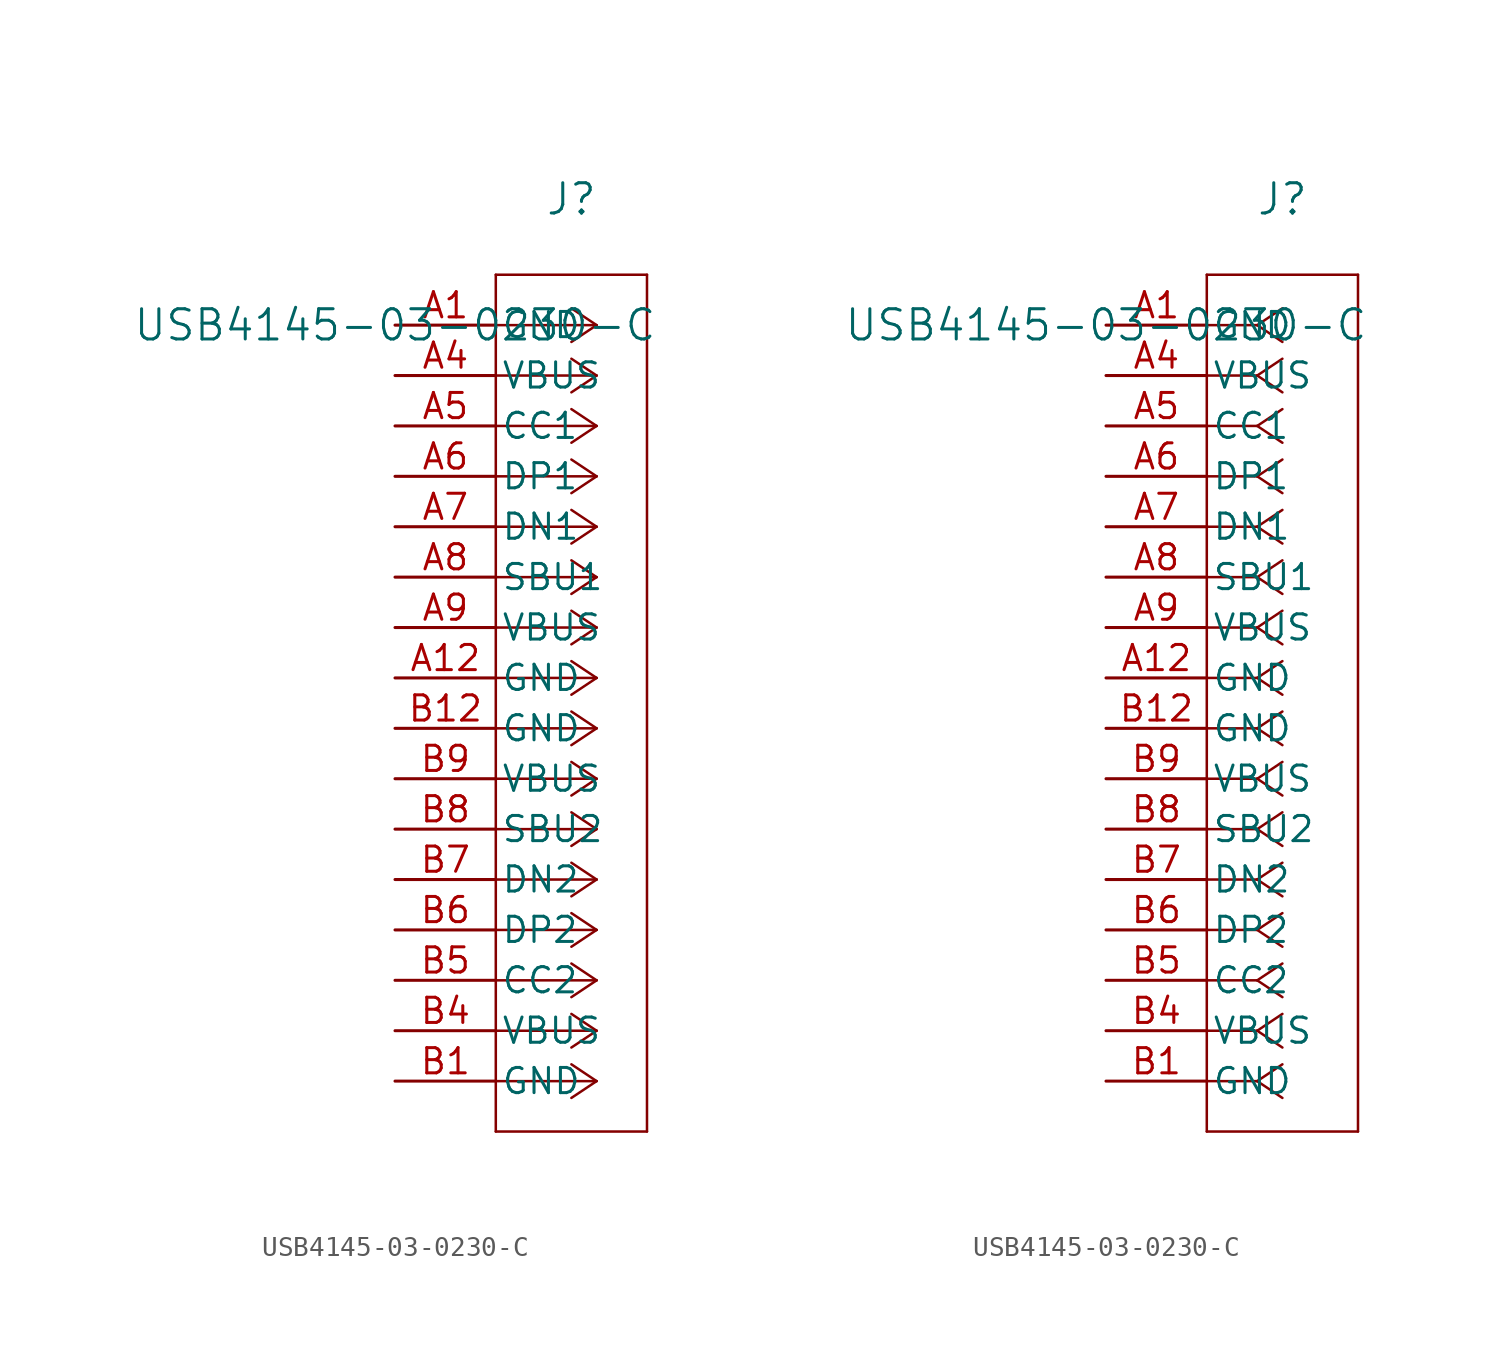
<source format=kicad_sym>
(kicad_symbol_lib
  (version 20211014)
  (generator kicad_symbol_editor)
  (symbol "USB4145-03-0230-C"
    (pin_names
      (offset 0.254))
    (property "Reference" "J"
      (at 8.89 6.35 0)
      (effects (font (size 1.524 1.524))))
    (property "Value" "USB4145-03-0230-C"
      (at 0 0 0)
      (effects (font (size 1.524 1.524))))
    (symbol "USB4145-03-0230-C_1_1"
      (polyline (pts (xy 10.16 0) (xy 5.08 0)) (stroke (width 0.127) (type default) (color 0 0 0 0)) (fill (type none)))
      (polyline (pts (xy 10.16 -2.54) (xy 5.08 -2.54)) (stroke (width 0.127) (type default) (color 0 0 0 0)) (fill (type none)))
      (polyline (pts (xy 10.16 -5.08) (xy 5.08 -5.08)) (stroke (width 0.127) (type default) (color 0 0 0 0)) (fill (type none)))
      (polyline (pts (xy 10.16 -7.62) (xy 5.08 -7.62)) (stroke (width 0.127) (type default) (color 0 0 0 0)) (fill (type none)))
      (polyline (pts (xy 10.16 -10.16) (xy 5.08 -10.16)) (stroke (width 0.127) (type default) (color 0 0 0 0)) (fill (type none)))
      (polyline (pts (xy 10.16 -12.7) (xy 5.08 -12.7)) (stroke (width 0.127) (type default) (color 0 0 0 0)) (fill (type none)))
      (polyline (pts (xy 10.16 -15.24) (xy 5.08 -15.24)) (stroke (width 0.127) (type default) (color 0 0 0 0)) (fill (type none)))
      (polyline (pts (xy 10.16 -17.78) (xy 5.08 -17.78)) (stroke (width 0.127) (type default) (color 0 0 0 0)) (fill (type none)))
      (polyline (pts (xy 10.16 -20.32) (xy 5.08 -20.32)) (stroke (width 0.127) (type default) (color 0 0 0 0)) (fill (type none)))
      (polyline (pts (xy 10.16 -22.86) (xy 5.08 -22.86)) (stroke (width 0.127) (type default) (color 0 0 0 0)) (fill (type none)))
      (polyline (pts (xy 10.16 -25.4) (xy 5.08 -25.4)) (stroke (width 0.127) (type default) (color 0 0 0 0)) (fill (type none)))
      (polyline (pts (xy 10.16 -27.94) (xy 5.08 -27.94)) (stroke (width 0.127) (type default) (color 0 0 0 0)) (fill (type none)))
      (polyline (pts (xy 10.16 -30.48) (xy 5.08 -30.48)) (stroke (width 0.127) (type default) (color 0 0 0 0)) (fill (type none)))
      (polyline (pts (xy 10.16 -33.02) (xy 5.08 -33.02)) (stroke (width 0.127) (type default) (color 0 0 0 0)) (fill (type none)))
      (polyline (pts (xy 10.16 -35.56) (xy 5.08 -35.56)) (stroke (width 0.127) (type default) (color 0 0 0 0)) (fill (type none)))
      (polyline (pts (xy 10.16 -38.1) (xy 5.08 -38.1)) (stroke (width 0.127) (type default) (color 0 0 0 0)) (fill (type none)))
      (polyline (pts (xy 10.16 0) (xy 8.89 0.847)) (stroke (width 0.127) (type default) (color 0 0 0 0)) (fill (type none)))
      (polyline (pts (xy 10.16 -2.54) (xy 8.89 -1.693)) (stroke (width 0.127) (type default) (color 0 0 0 0)) (fill (type none)))
      (polyline (pts (xy 10.16 -5.08) (xy 8.89 -4.233)) (stroke (width 0.127) (type default) (color 0 0 0 0)) (fill (type none)))
      (polyline (pts (xy 10.16 -7.62) (xy 8.89 -6.773)) (stroke (width 0.127) (type default) (color 0 0 0 0)) (fill (type none)))
      (polyline (pts (xy 10.16 -10.16) (xy 8.89 -9.313)) (stroke (width 0.127) (type default) (color 0 0 0 0)) (fill (type none)))
      (polyline (pts (xy 10.16 -12.7) (xy 8.89 -11.853)) (stroke (width 0.127) (type default) (color 0 0 0 0)) (fill (type none)))
      (polyline (pts (xy 10.16 -15.24) (xy 8.89 -14.393)) (stroke (width 0.127) (type default) (color 0 0 0 0)) (fill (type none)))
      (polyline (pts (xy 10.16 -17.78) (xy 8.89 -16.933)) (stroke (width 0.127) (type default) (color 0 0 0 0)) (fill (type none)))
      (polyline (pts (xy 10.16 -20.32) (xy 8.89 -19.473)) (stroke (width 0.127) (type default) (color 0 0 0 0)) (fill (type none)))
      (polyline (pts (xy 10.16 -22.86) (xy 8.89 -22.013)) (stroke (width 0.127) (type default) (color 0 0 0 0)) (fill (type none)))
      (polyline (pts (xy 10.16 -25.4) (xy 8.89 -24.553)) (stroke (width 0.127) (type default) (color 0 0 0 0)) (fill (type none)))
      (polyline (pts (xy 10.16 -27.94) (xy 8.89 -27.093)) (stroke (width 0.127) (type default) (color 0 0 0 0)) (fill (type none)))
      (polyline (pts (xy 10.16 -30.48) (xy 8.89 -29.633)) (stroke (width 0.127) (type default) (color 0 0 0 0)) (fill (type none)))
      (polyline (pts (xy 10.16 -33.02) (xy 8.89 -32.173)) (stroke (width 0.127) (type default) (color 0 0 0 0)) (fill (type none)))
      (polyline (pts (xy 10.16 -35.56) (xy 8.89 -34.713)) (stroke (width 0.127) (type default) (color 0 0 0 0)) (fill (type none)))
      (polyline (pts (xy 10.16 -38.1) (xy 8.89 -37.253)) (stroke (width 0.127) (type default) (color 0 0 0 0)) (fill (type none)))
      (polyline (pts (xy 10.16 0) (xy 8.89 -0.847)) (stroke (width 0.127) (type default) (color 0 0 0 0)) (fill (type none)))
      (polyline (pts (xy 10.16 -2.54) (xy 8.89 -3.387)) (stroke (width 0.127) (type default) (color 0 0 0 0)) (fill (type none)))
      (polyline (pts (xy 10.16 -5.08) (xy 8.89 -5.927)) (stroke (width 0.127) (type default) (color 0 0 0 0)) (fill (type none)))
      (polyline (pts (xy 10.16 -7.62) (xy 8.89 -8.467)) (stroke (width 0.127) (type default) (color 0 0 0 0)) (fill (type none)))
      (polyline (pts (xy 10.16 -10.16) (xy 8.89 -11.007)) (stroke (width 0.127) (type default) (color 0 0 0 0)) (fill (type none)))
      (polyline (pts (xy 10.16 -12.7) (xy 8.89 -13.547)) (stroke (width 0.127) (type default) (color 0 0 0 0)) (fill (type none)))
      (polyline (pts (xy 10.16 -15.24) (xy 8.89 -16.087)) (stroke (width 0.127) (type default) (color 0 0 0 0)) (fill (type none)))
      (polyline (pts (xy 10.16 -17.78) (xy 8.89 -18.627)) (stroke (width 0.127) (type default) (color 0 0 0 0)) (fill (type none)))
      (polyline (pts (xy 10.16 -20.32) (xy 8.89 -21.167)) (stroke (width 0.127) (type default) (color 0 0 0 0)) (fill (type none)))
      (polyline (pts (xy 10.16 -22.86) (xy 8.89 -23.707)) (stroke (width 0.127) (type default) (color 0 0 0 0)) (fill (type none)))
      (polyline (pts (xy 10.16 -25.4) (xy 8.89 -26.247)) (stroke (width 0.127) (type default) (color 0 0 0 0)) (fill (type none)))
      (polyline (pts (xy 10.16 -27.94) (xy 8.89 -28.787)) (stroke (width 0.127) (type default) (color 0 0 0 0)) (fill (type none)))
      (polyline (pts (xy 10.16 -30.48) (xy 8.89 -31.327)) (stroke (width 0.127) (type default) (color 0 0 0 0)) (fill (type none)))
      (polyline (pts (xy 10.16 -33.02) (xy 8.89 -33.867)) (stroke (width 0.127) (type default) (color 0 0 0 0)) (fill (type none)))
      (polyline (pts (xy 10.16 -35.56) (xy 8.89 -36.407)) (stroke (width 0.127) (type default) (color 0 0 0 0)) (fill (type none)))
      (polyline (pts (xy 10.16 -38.1) (xy 8.89 -38.947)) (stroke (width 0.127) (type default) (color 0 0 0 0)) (fill (type none)))
      (polyline (pts (xy 5.08 2.54) (xy 5.08 -40.64)) (stroke (width 0.127) (type default) (color 0 0 0 0)) (fill (type none)))
      (polyline (pts (xy 5.08 -40.64) (xy 12.7 -40.64)) (stroke (width 0.127) (type default) (color 0 0 0 0)) (fill (type none)))
      (polyline (pts (xy 12.7 -40.64) (xy 12.7 2.54)) (stroke (width 0.127) (type default) (color 0 0 0 0)) (fill (type none)))
      (polyline (pts (xy 12.7 2.54) (xy 5.08 2.54)) (stroke (width 0.127) (type default) (color 0 0 0 0)) (fill (type none)))
      (pin power_out line (at 0 0 0) (length 5.08) (name "GND" (effects (font (size 1.27 1.27)))) (number "A1" (effects (font (size 1.27 1.27)))))
      (pin unspecified line (at 0 -2.54 0) (length 5.08) (name "VBUS" (effects (font (size 1.27 1.27)))) (number "A4" (effects (font (size 1.27 1.27)))))
      (pin bidirectional line (at 0 -5.08 0) (length 5.08) (name "CC1" (effects (font (size 1.27 1.27)))) (number "A5" (effects (font (size 1.27 1.27)))))
      (pin bidirectional line (at 0 -7.62 0) (length 5.08) (name "DP1" (effects (font (size 1.27 1.27)))) (number "A6" (effects (font (size 1.27 1.27)))))
      (pin bidirectional line (at 0 -10.16 0) (length 5.08) (name "DN1" (effects (font (size 1.27 1.27)))) (number "A7" (effects (font (size 1.27 1.27)))))
      (pin bidirectional line (at 0 -12.7 0) (length 5.08) (name "SBU1" (effects (font (size 1.27 1.27)))) (number "A8" (effects (font (size 1.27 1.27)))))
      (pin unspecified line (at 0 -15.24 0) (length 5.08) (name "VBUS" (effects (font (size 1.27 1.27)))) (number "A9" (effects (font (size 1.27 1.27)))))
      (pin power_out line (at 0 -17.78 0) (length 5.08) (name "GND" (effects (font (size 1.27 1.27)))) (number "A12" (effects (font (size 1.27 1.27)))))
      (pin power_out line (at 0 -38.1 0) (length 5.08) (name "GND" (effects (font (size 1.27 1.27)))) (number "B1" (effects (font (size 1.27 1.27)))))
      (pin unspecified line (at 0 -35.56 0) (length 5.08) (name "VBUS" (effects (font (size 1.27 1.27)))) (number "B4" (effects (font (size 1.27 1.27)))))
      (pin bidirectional line (at 0 -33.02 0) (length 5.08) (name "CC2" (effects (font (size 1.27 1.27)))) (number "B5" (effects (font (size 1.27 1.27)))))
      (pin bidirectional line (at 0 -30.48 0) (length 5.08) (name "DP2" (effects (font (size 1.27 1.27)))) (number "B6" (effects (font (size 1.27 1.27)))))
      (pin bidirectional line (at 0 -27.94 0) (length 5.08) (name "DN2" (effects (font (size 1.27 1.27)))) (number "B7" (effects (font (size 1.27 1.27)))))
      (pin bidirectional line (at 0 -25.4 0) (length 5.08) (name "SBU2" (effects (font (size 1.27 1.27)))) (number "B8" (effects (font (size 1.27 1.27)))))
      (pin unspecified line (at 0 -22.86 0) (length 5.08) (name "VBUS" (effects (font (size 1.27 1.27)))) (number "B9" (effects (font (size 1.27 1.27)))))
      (pin power_out line (at 0 -20.32 0) (length 5.08) (name "GND" (effects (font (size 1.27 1.27)))) (number "B12" (effects (font (size 1.27 1.27))))))
    (symbol "USB4145-03-0230-C_1_2"
      (polyline (pts (xy 7.62 0) (xy 5.08 0)) (stroke (width 0.127) (type default) (color 0 0 0 0)) (fill (type none)))
      (polyline (pts (xy 7.62 -2.54) (xy 5.08 -2.54)) (stroke (width 0.127) (type default) (color 0 0 0 0)) (fill (type none)))
      (polyline (pts (xy 7.62 -5.08) (xy 5.08 -5.08)) (stroke (width 0.127) (type default) (color 0 0 0 0)) (fill (type none)))
      (polyline (pts (xy 7.62 -7.62) (xy 5.08 -7.62)) (stroke (width 0.127) (type default) (color 0 0 0 0)) (fill (type none)))
      (polyline (pts (xy 7.62 -10.16) (xy 5.08 -10.16)) (stroke (width 0.127) (type default) (color 0 0 0 0)) (fill (type none)))
      (polyline (pts (xy 7.62 -12.7) (xy 5.08 -12.7)) (stroke (width 0.127) (type default) (color 0 0 0 0)) (fill (type none)))
      (polyline (pts (xy 7.62 -15.24) (xy 5.08 -15.24)) (stroke (width 0.127) (type default) (color 0 0 0 0)) (fill (type none)))
      (polyline (pts (xy 7.62 -17.78) (xy 5.08 -17.78)) (stroke (width 0.127) (type default) (color 0 0 0 0)) (fill (type none)))
      (polyline (pts (xy 7.62 -20.32) (xy 5.08 -20.32)) (stroke (width 0.127) (type default) (color 0 0 0 0)) (fill (type none)))
      (polyline (pts (xy 7.62 -22.86) (xy 5.08 -22.86)) (stroke (width 0.127) (type default) (color 0 0 0 0)) (fill (type none)))
      (polyline (pts (xy 7.62 -25.4) (xy 5.08 -25.4)) (stroke (width 0.127) (type default) (color 0 0 0 0)) (fill (type none)))
      (polyline (pts (xy 7.62 -27.94) (xy 5.08 -27.94)) (stroke (width 0.127) (type default) (color 0 0 0 0)) (fill (type none)))
      (polyline (pts (xy 7.62 -30.48) (xy 5.08 -30.48)) (stroke (width 0.127) (type default) (color 0 0 0 0)) (fill (type none)))
      (polyline (pts (xy 7.62 -33.02) (xy 5.08 -33.02)) (stroke (width 0.127) (type default) (color 0 0 0 0)) (fill (type none)))
      (polyline (pts (xy 7.62 -35.56) (xy 5.08 -35.56)) (stroke (width 0.127) (type default) (color 0 0 0 0)) (fill (type none)))
      (polyline (pts (xy 7.62 -38.1) (xy 5.08 -38.1)) (stroke (width 0.127) (type default) (color 0 0 0 0)) (fill (type none)))
      (polyline (pts (xy 7.62 0) (xy 8.89 0.847)) (stroke (width 0.127) (type default) (color 0 0 0 0)) (fill (type none)))
      (polyline (pts (xy 7.62 -2.54) (xy 8.89 -1.693)) (stroke (width 0.127) (type default) (color 0 0 0 0)) (fill (type none)))
      (polyline (pts (xy 7.62 -5.08) (xy 8.89 -4.233)) (stroke (width 0.127) (type default) (color 0 0 0 0)) (fill (type none)))
      (polyline (pts (xy 7.62 -7.62) (xy 8.89 -6.773)) (stroke (width 0.127) (type default) (color 0 0 0 0)) (fill (type none)))
      (polyline (pts (xy 7.62 -10.16) (xy 8.89 -9.313)) (stroke (width 0.127) (type default) (color 0 0 0 0)) (fill (type none)))
      (polyline (pts (xy 7.62 -12.7) (xy 8.89 -11.853)) (stroke (width 0.127) (type default) (color 0 0 0 0)) (fill (type none)))
      (polyline (pts (xy 7.62 -15.24) (xy 8.89 -14.393)) (stroke (width 0.127) (type default) (color 0 0 0 0)) (fill (type none)))
      (polyline (pts (xy 7.62 -17.78) (xy 8.89 -16.933)) (stroke (width 0.127) (type default) (color 0 0 0 0)) (fill (type none)))
      (polyline (pts (xy 7.62 -20.32) (xy 8.89 -19.473)) (stroke (width 0.127) (type default) (color 0 0 0 0)) (fill (type none)))
      (polyline (pts (xy 7.62 -22.86) (xy 8.89 -22.013)) (stroke (width 0.127) (type default) (color 0 0 0 0)) (fill (type none)))
      (polyline (pts (xy 7.62 -25.4) (xy 8.89 -24.553)) (stroke (width 0.127) (type default) (color 0 0 0 0)) (fill (type none)))
      (polyline (pts (xy 7.62 -27.94) (xy 8.89 -27.093)) (stroke (width 0.127) (type default) (color 0 0 0 0)) (fill (type none)))
      (polyline (pts (xy 7.62 -30.48) (xy 8.89 -29.633)) (stroke (width 0.127) (type default) (color 0 0 0 0)) (fill (type none)))
      (polyline (pts (xy 7.62 -33.02) (xy 8.89 -32.173)) (stroke (width 0.127) (type default) (color 0 0 0 0)) (fill (type none)))
      (polyline (pts (xy 7.62 -35.56) (xy 8.89 -34.713)) (stroke (width 0.127) (type default) (color 0 0 0 0)) (fill (type none)))
      (polyline (pts (xy 7.62 -38.1) (xy 8.89 -37.253)) (stroke (width 0.127) (type default) (color 0 0 0 0)) (fill (type none)))
      (polyline (pts (xy 7.62 0) (xy 8.89 -0.847)) (stroke (width 0.127) (type default) (color 0 0 0 0)) (fill (type none)))
      (polyline (pts (xy 7.62 -2.54) (xy 8.89 -3.387)) (stroke (width 0.127) (type default) (color 0 0 0 0)) (fill (type none)))
      (polyline (pts (xy 7.62 -5.08) (xy 8.89 -5.927)) (stroke (width 0.127) (type default) (color 0 0 0 0)) (fill (type none)))
      (polyline (pts (xy 7.62 -7.62) (xy 8.89 -8.467)) (stroke (width 0.127) (type default) (color 0 0 0 0)) (fill (type none)))
      (polyline (pts (xy 7.62 -10.16) (xy 8.89 -11.007)) (stroke (width 0.127) (type default) (color 0 0 0 0)) (fill (type none)))
      (polyline (pts (xy 7.62 -12.7) (xy 8.89 -13.547)) (stroke (width 0.127) (type default) (color 0 0 0 0)) (fill (type none)))
      (polyline (pts (xy 7.62 -15.24) (xy 8.89 -16.087)) (stroke (width 0.127) (type default) (color 0 0 0 0)) (fill (type none)))
      (polyline (pts (xy 7.62 -17.78) (xy 8.89 -18.627)) (stroke (width 0.127) (type default) (color 0 0 0 0)) (fill (type none)))
      (polyline (pts (xy 7.62 -20.32) (xy 8.89 -21.167)) (stroke (width 0.127) (type default) (color 0 0 0 0)) (fill (type none)))
      (polyline (pts (xy 7.62 -22.86) (xy 8.89 -23.707)) (stroke (width 0.127) (type default) (color 0 0 0 0)) (fill (type none)))
      (polyline (pts (xy 7.62 -25.4) (xy 8.89 -26.247)) (stroke (width 0.127) (type default) (color 0 0 0 0)) (fill (type none)))
      (polyline (pts (xy 7.62 -27.94) (xy 8.89 -28.787)) (stroke (width 0.127) (type default) (color 0 0 0 0)) (fill (type none)))
      (polyline (pts (xy 7.62 -30.48) (xy 8.89 -31.327)) (stroke (width 0.127) (type default) (color 0 0 0 0)) (fill (type none)))
      (polyline (pts (xy 7.62 -33.02) (xy 8.89 -33.867)) (stroke (width 0.127) (type default) (color 0 0 0 0)) (fill (type none)))
      (polyline (pts (xy 7.62 -35.56) (xy 8.89 -36.407)) (stroke (width 0.127) (type default) (color 0 0 0 0)) (fill (type none)))
      (polyline (pts (xy 7.62 -38.1) (xy 8.89 -38.947)) (stroke (width 0.127) (type default) (color 0 0 0 0)) (fill (type none)))
      (polyline (pts (xy 5.08 2.54) (xy 5.08 -40.64)) (stroke (width 0.127) (type default) (color 0 0 0 0)) (fill (type none)))
      (polyline (pts (xy 5.08 -40.64) (xy 12.7 -40.64)) (stroke (width 0.127) (type default) (color 0 0 0 0)) (fill (type none)))
      (polyline (pts (xy 12.7 -40.64) (xy 12.7 2.54)) (stroke (width 0.127) (type default) (color 0 0 0 0)) (fill (type none)))
      (polyline (pts (xy 12.7 2.54) (xy 5.08 2.54)) (stroke (width 0.127) (type default) (color 0 0 0 0)) (fill (type none)))
      (pin power_out line (at 0 0 0) (length 5.08) (name "GND" (effects (font (size 1.27 1.27)))) (number "A1" (effects (font (size 1.27 1.27)))))
      (pin unspecified line (at 0 -2.54 0) (length 5.08) (name "VBUS" (effects (font (size 1.27 1.27)))) (number "A4" (effects (font (size 1.27 1.27)))))
      (pin bidirectional line (at 0 -5.08 0) (length 5.08) (name "CC1" (effects (font (size 1.27 1.27)))) (number "A5" (effects (font (size 1.27 1.27)))))
      (pin bidirectional line (at 0 -7.62 0) (length 5.08) (name "DP1" (effects (font (size 1.27 1.27)))) (number "A6" (effects (font (size 1.27 1.27)))))
      (pin bidirectional line (at 0 -10.16 0) (length 5.08) (name "DN1" (effects (font (size 1.27 1.27)))) (number "A7" (effects (font (size 1.27 1.27)))))
      (pin bidirectional line (at 0 -12.7 0) (length 5.08) (name "SBU1" (effects (font (size 1.27 1.27)))) (number "A8" (effects (font (size 1.27 1.27)))))
      (pin unspecified line (at 0 -15.24 0) (length 5.08) (name "VBUS" (effects (font (size 1.27 1.27)))) (number "A9" (effects (font (size 1.27 1.27)))))
      (pin power_out line (at 0 -17.78 0) (length 5.08) (name "GND" (effects (font (size 1.27 1.27)))) (number "A12" (effects (font (size 1.27 1.27)))))
      (pin power_out line (at 0 -38.1 0) (length 5.08) (name "GND" (effects (font (size 1.27 1.27)))) (number "B1" (effects (font (size 1.27 1.27)))))
      (pin unspecified line (at 0 -35.56 0) (length 5.08) (name "VBUS" (effects (font (size 1.27 1.27)))) (number "B4" (effects (font (size 1.27 1.27)))))
      (pin bidirectional line (at 0 -33.02 0) (length 5.08) (name "CC2" (effects (font (size 1.27 1.27)))) (number "B5" (effects (font (size 1.27 1.27)))))
      (pin bidirectional line (at 0 -30.48 0) (length 5.08) (name "DP2" (effects (font (size 1.27 1.27)))) (number "B6" (effects (font (size 1.27 1.27)))))
      (pin bidirectional line (at 0 -27.94 0) (length 5.08) (name "DN2" (effects (font (size 1.27 1.27)))) (number "B7" (effects (font (size 1.27 1.27)))))
      (pin bidirectional line (at 0 -25.4 0) (length 5.08) (name "SBU2" (effects (font (size 1.27 1.27)))) (number "B8" (effects (font (size 1.27 1.27)))))
      (pin unspecified line (at 0 -22.86 0) (length 5.08) (name "VBUS" (effects (font (size 1.27 1.27)))) (number "B9" (effects (font (size 1.27 1.27)))))
      (pin power_out line (at 0 -20.32 0) (length 5.08) (name "GND" (effects (font (size 1.27 1.27)))) (number "B12" (effects (font (size 1.27 1.27))))))))
</source>
